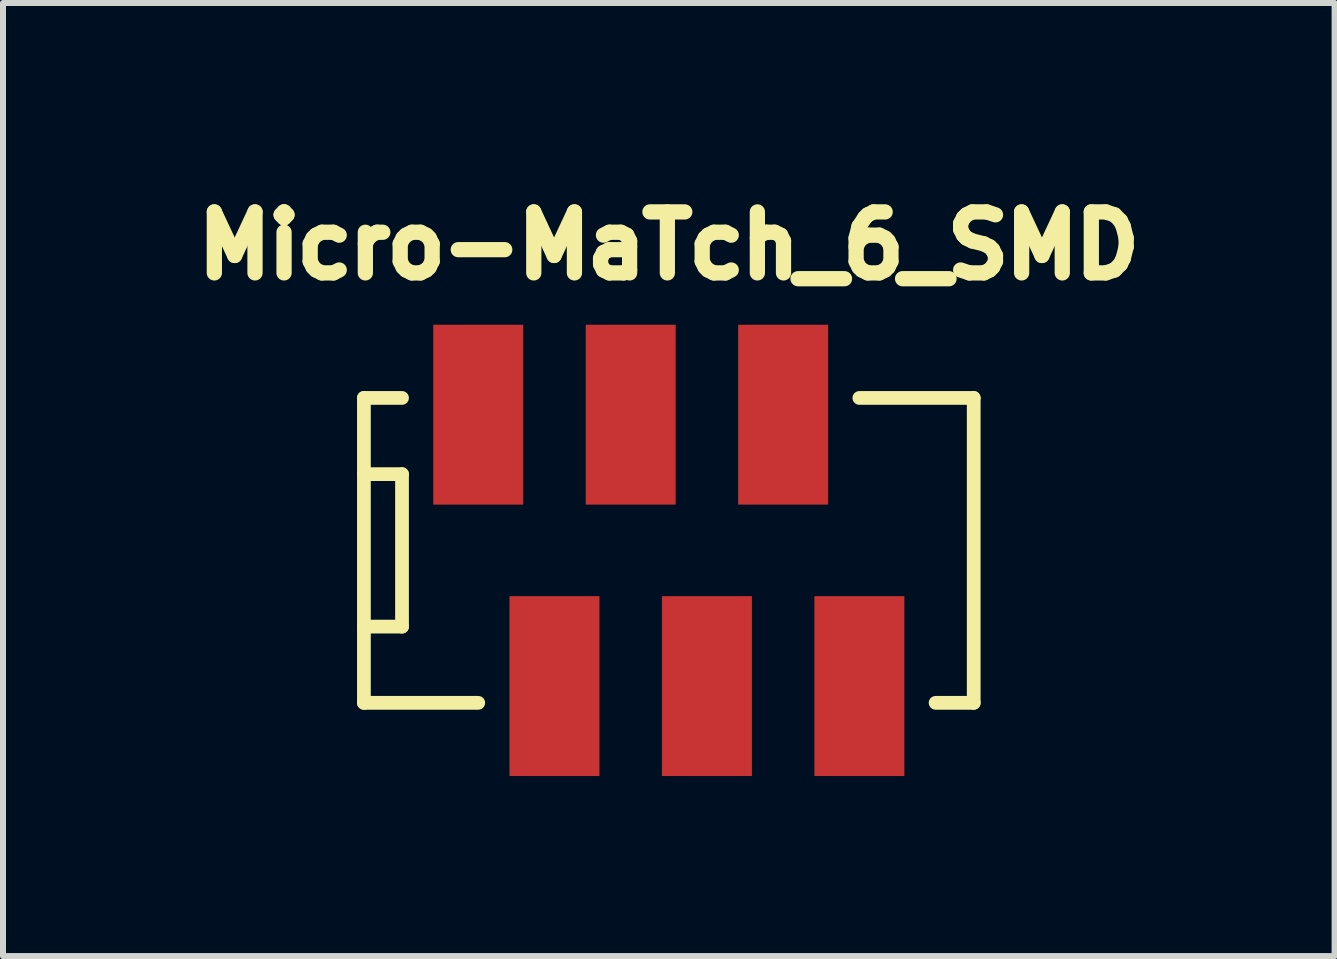
<source format=kicad_pcb>
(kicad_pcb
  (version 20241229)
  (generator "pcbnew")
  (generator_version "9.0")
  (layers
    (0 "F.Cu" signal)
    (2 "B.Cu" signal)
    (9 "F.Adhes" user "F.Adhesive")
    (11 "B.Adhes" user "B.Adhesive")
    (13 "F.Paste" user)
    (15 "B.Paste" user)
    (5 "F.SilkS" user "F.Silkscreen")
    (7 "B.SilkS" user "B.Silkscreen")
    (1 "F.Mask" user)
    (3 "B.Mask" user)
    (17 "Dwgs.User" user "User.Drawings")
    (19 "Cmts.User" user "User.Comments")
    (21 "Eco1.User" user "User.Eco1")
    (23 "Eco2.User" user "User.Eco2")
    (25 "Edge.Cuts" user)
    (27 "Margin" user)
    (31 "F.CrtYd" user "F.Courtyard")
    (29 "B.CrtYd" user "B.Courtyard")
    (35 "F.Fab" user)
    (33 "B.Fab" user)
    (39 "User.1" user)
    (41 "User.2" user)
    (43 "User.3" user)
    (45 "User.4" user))
  (footprint "Micro-MaTch_6_SMD"
    (layer "F.Cu")
    (at 8.093 6.12)
    (property "Reference" "Micro-MaTch_6_SMD" (at 0 -5.08 0) (layer "F.SilkS") (effects (font (size 1.016 1.016) (thickness 0.254))))
    (attr through_hole)
    (fp_line (start -5.08 -2.54) (end -5.08 2.54) (stroke (width 0.229) (type solid)) (layer "F.SilkS"))
    (fp_line (start -5.08 -2.54) (end -4.445 -2.54) (stroke (width 0.229) (type solid)) (layer "F.SilkS"))
    (fp_line (start -5.08 -1.27) (end -4.445 -1.27) (stroke (width 0.229) (type solid)) (layer "F.SilkS"))
    (fp_line (start -5.08 2.54) (end -3.175 2.54) (stroke (width 0.229) (type solid)) (layer "F.SilkS"))
    (fp_line (start -4.445 -1.27) (end -4.445 1.27) (stroke (width 0.229) (type solid)) (layer "F.SilkS"))
    (fp_line (start -4.445 1.27) (end -5.08 1.27) (stroke (width 0.229) (type solid)) (layer "F.SilkS"))
    (fp_line (start 4.445 2.54) (end 5.08 2.54) (stroke (width 0.229) (type solid)) (layer "F.SilkS"))
    (fp_line (start 5.08 -2.54) (end 3.175 -2.54) (stroke (width 0.229) (type solid)) (layer "F.SilkS"))
    (fp_line (start 5.08 -2.54) (end 5.08 2.54) (stroke (width 0.229) (type solid)) (layer "F.SilkS"))
    (pad "1" smd rect (at -3.175 -2.261) (size 1.499 2.997) (layers "F.Cu" "F.Mask" "F.Paste"))
    (pad "2" smd rect (at -1.905 2.261) (size 1.499 2.997) (layers "F.Cu" "F.Mask" "F.Paste"))
    (pad "3" smd rect (at -0.635 -2.261) (size 1.499 2.997) (layers "F.Cu" "F.Mask" "F.Paste"))
    (pad "4" smd rect (at 0.635 2.261) (size 1.499 2.997) (layers "F.Cu" "F.Mask" "F.Paste"))
    (pad "5" smd rect (at 1.905 -2.261) (size 1.499 2.997) (layers "F.Cu" "F.Mask" "F.Paste"))
    (pad "6" smd rect (at 3.175 2.261) (size 1.499 2.997) (layers "F.Cu" "F.Mask" "F.Paste")))
  (gr_rect
    (start -3 -3)
    (end 19.186 12.879)
    (stroke (width 0.1) (type default))
    (fill no)
    (layer "Edge.Cuts")))
</source>
